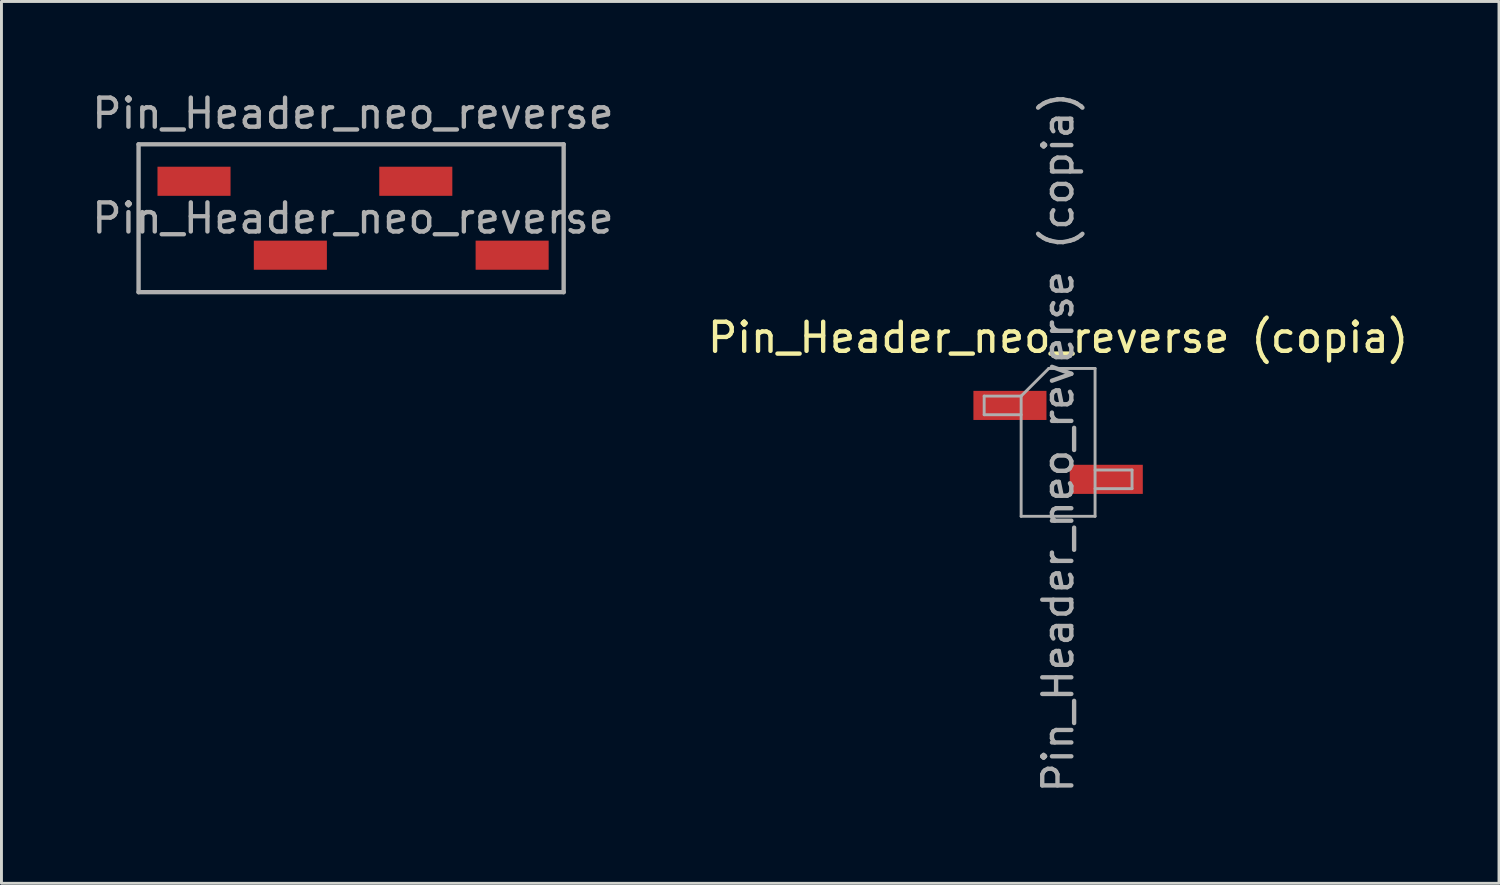
<source format=kicad_pcb>
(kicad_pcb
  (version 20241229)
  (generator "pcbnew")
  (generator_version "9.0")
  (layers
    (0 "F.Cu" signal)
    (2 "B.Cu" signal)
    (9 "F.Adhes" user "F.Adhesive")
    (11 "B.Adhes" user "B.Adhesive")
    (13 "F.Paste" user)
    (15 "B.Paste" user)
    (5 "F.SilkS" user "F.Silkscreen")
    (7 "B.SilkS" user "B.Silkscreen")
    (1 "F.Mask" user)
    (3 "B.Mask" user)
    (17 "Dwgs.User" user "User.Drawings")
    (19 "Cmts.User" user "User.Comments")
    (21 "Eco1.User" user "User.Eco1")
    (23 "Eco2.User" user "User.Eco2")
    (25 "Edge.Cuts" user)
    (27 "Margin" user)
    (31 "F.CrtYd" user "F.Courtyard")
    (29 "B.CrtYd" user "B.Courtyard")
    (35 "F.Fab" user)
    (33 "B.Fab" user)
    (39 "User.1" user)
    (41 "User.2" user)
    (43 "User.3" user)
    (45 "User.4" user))
  (footprint "Pin_Header_neo_reverse (copia)"
    (layer "F.Cu")
    (at 33.304 12.149)
    (property "Reference" "Pin_Header_neo_reverse (copia)" (at 0 -3.6 0) (layer "F.SilkS") (effects (font (size 1 1) (thickness 0.15))))
    (attr smd)
    (fp_line (start -2.54 -1.59) (end -2.54 -0.95) (stroke (width 0.1) (type solid)) (layer "F.Fab"))
    (fp_line (start -2.54 -0.95) (end -1.27 -0.95) (stroke (width 0.1) (type solid)) (layer "F.Fab"))
    (fp_line (start -1.27 -1.59) (end -2.54 -1.59) (stroke (width 0.1) (type solid)) (layer "F.Fab"))
    (fp_line (start -1.27 -1.59) (end -0.32 -2.54) (stroke (width 0.1) (type solid)) (layer "F.Fab"))
    (fp_line (start -1.27 2.54) (end -1.27 -1.59) (stroke (width 0.1) (type solid)) (layer "F.Fab"))
    (fp_line (start -0.32 -2.54) (end 1.27 -2.54) (stroke (width 0.1) (type solid)) (layer "F.Fab"))
    (fp_line (start 1.27 -2.54) (end 1.27 2.54) (stroke (width 0.1) (type solid)) (layer "F.Fab"))
    (fp_line (start 1.27 0.95) (end 2.54 0.95) (stroke (width 0.1) (type solid)) (layer "F.Fab"))
    (fp_line (start 1.27 2.54) (end -1.27 2.54) (stroke (width 0.1) (type solid)) (layer "F.Fab"))
    (fp_line (start 2.54 0.95) (end 2.54 1.59) (stroke (width 0.1) (type solid)) (layer "F.Fab"))
    (fp_line (start 2.54 1.59) (end 1.27 1.59) (stroke (width 0.1) (type solid)) (layer "F.Fab"))
    (fp_text user "${REFERENCE}" (at 0 0 90) (layer "F.Fab") (effects (font (size 1 1) (thickness 0.15))))
    (pad "1" smd rect (at -1.655 -1.27) (size 2.51 1) (layers "F.Cu" "F.Mask" "F.Paste"))
    (pad "2" smd rect (at 1.655 1.27) (size 2.51 1) (layers "F.Cu" "F.Mask" "F.Paste")))
  (footprint "Pin_Header_neo_reverse"
    (layer "F.Cu")
    (at 9.077 4.448)
    (property "Reference" "Pin_Header_neo_reverse" (at 0 -3.6 0) (layer "F.Fab") (effects (font (size 1 1) (thickness 0.15))))
    (attr smd)
    (fp_line (start -7.366 -2.54) (end -7.366 2.54) (stroke (width 0.15) (type solid)) (layer "F.Fab"))
    (fp_line (start -7.366 2.54) (end 7.239 2.54) (stroke (width 0.15) (type solid)) (layer "F.Fab"))
    (fp_line (start 7.239 -2.54) (end -7.366 -2.54) (stroke (width 0.15) (type solid)) (layer "F.Fab"))
    (fp_line (start 7.239 2.54) (end 7.239 -2.54) (stroke (width 0.15) (type solid)) (layer "F.Fab"))
    (fp_text user "${REFERENCE}" (at 0 0 180) (layer "F.Fab") (effects (font (size 1 1) (thickness 0.15))))
    (pad "1" smd rect (at -5.461 -1.27) (size 2.51 1) (layers "F.Cu" "F.Mask" "F.Paste"))
    (pad "1" smd rect (at 2.159 -1.27) (size 2.51 1) (layers "F.Cu" "F.Mask" "F.Paste"))
    (pad "2" smd rect (at -2.151 1.27) (size 2.51 1) (layers "F.Cu" "F.Mask" "F.Paste"))
    (pad "2" smd rect (at 5.469 1.27) (size 2.51 1) (layers "F.Cu" "F.Mask" "F.Paste")))
  (gr_rect
    (start -3 -3)
    (end 48.452 27.298)
    (stroke (width 0.1) (type default))
    (fill no)
    (layer "Edge.Cuts")))
</source>
